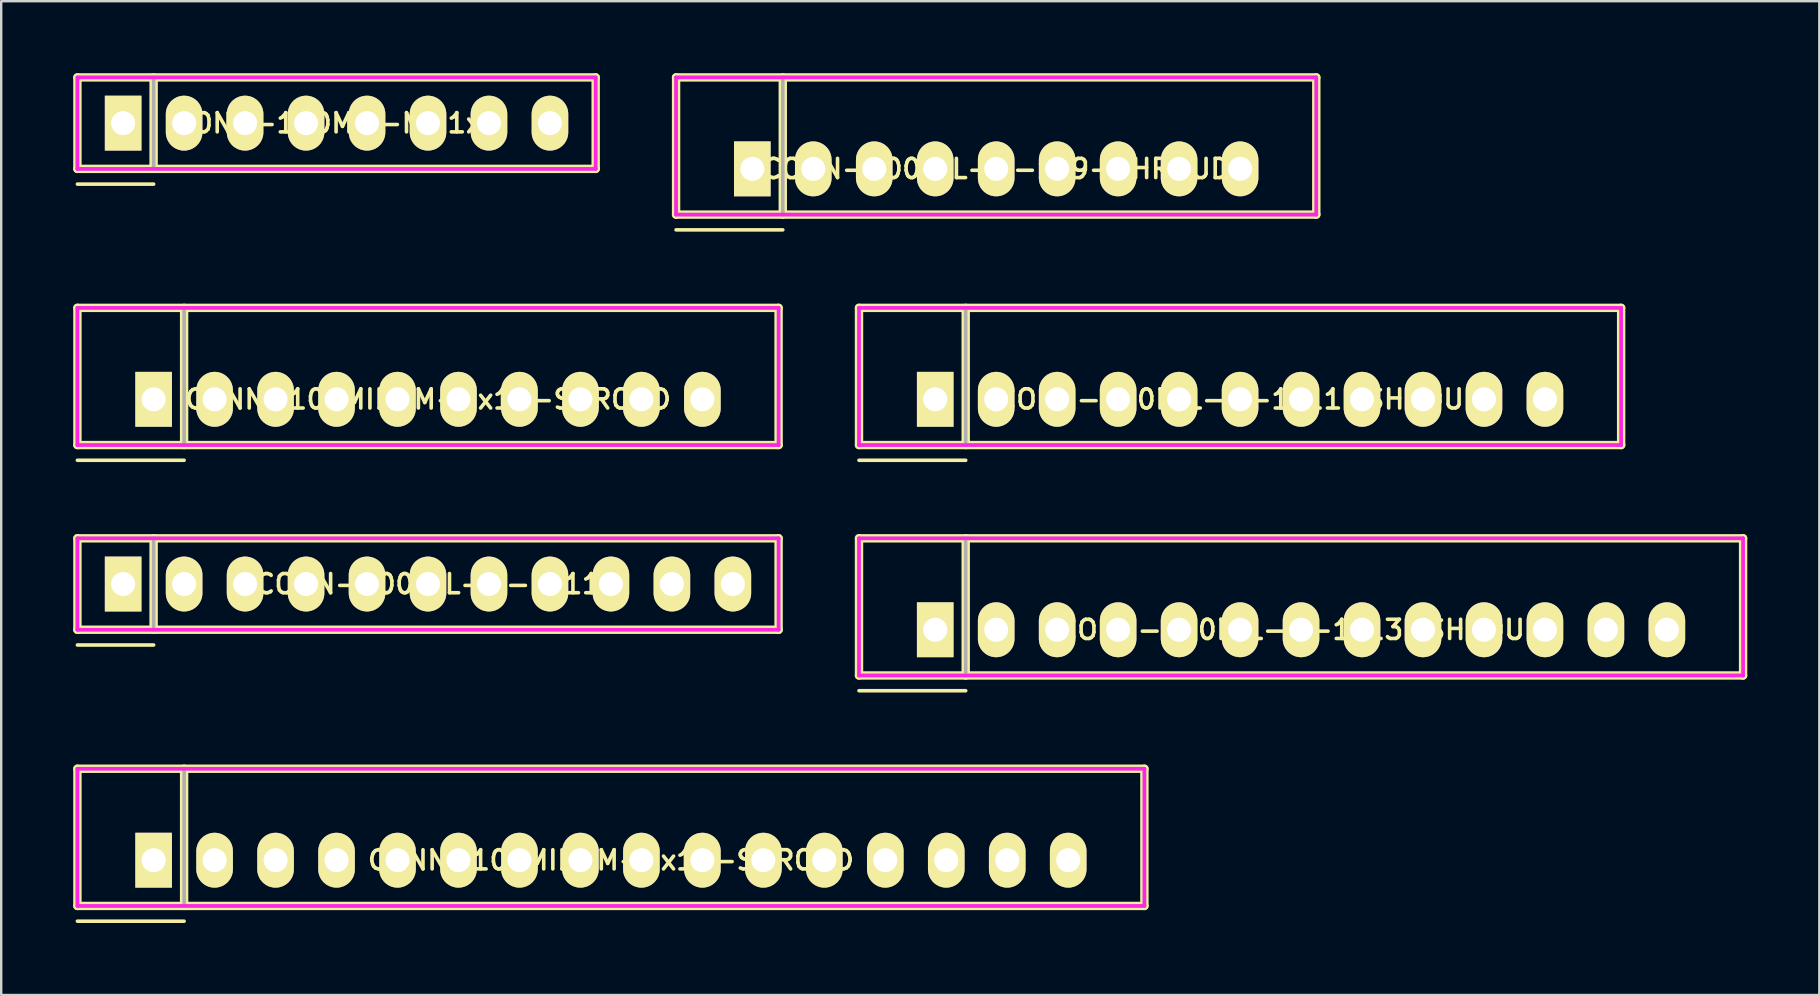
<source format=kicad_pcb>
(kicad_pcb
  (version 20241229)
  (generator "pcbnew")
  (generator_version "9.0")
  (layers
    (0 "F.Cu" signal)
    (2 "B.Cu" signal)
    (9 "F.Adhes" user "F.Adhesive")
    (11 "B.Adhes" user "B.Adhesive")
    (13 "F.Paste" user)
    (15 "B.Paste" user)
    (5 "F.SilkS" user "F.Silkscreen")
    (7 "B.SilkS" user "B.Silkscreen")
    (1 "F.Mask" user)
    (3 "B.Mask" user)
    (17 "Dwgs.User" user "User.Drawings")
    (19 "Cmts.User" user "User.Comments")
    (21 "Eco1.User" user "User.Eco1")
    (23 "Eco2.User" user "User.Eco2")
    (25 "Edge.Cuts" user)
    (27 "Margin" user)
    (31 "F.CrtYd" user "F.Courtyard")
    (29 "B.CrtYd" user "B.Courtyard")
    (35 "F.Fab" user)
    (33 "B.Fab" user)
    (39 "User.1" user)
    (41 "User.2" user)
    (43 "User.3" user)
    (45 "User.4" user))
  (footprint "CONN-100MIL-M-1x16-SHROUD"
    (layer "F.Cu")
    (at 22.4 32.785)
    (property "Reference" "CONN-100MIL-M-1x16-SHROUD" (at 0 0 0) (layer "F.SilkS") (effects (font (size 0.8 0.8) (thickness 0.15))))
    (attr through_hole)
    (fp_line (start -22.225 -3.81) (end 22.225 -3.81) (stroke (width 0.35) (type solid)) (layer "F.SilkS"))
    (fp_line (start -22.225 1.905) (end -22.225 -3.81) (stroke (width 0.35) (type solid)) (layer "F.SilkS"))
    (fp_line (start -22.225 2.54) (end -17.78 2.54) (stroke (width 0.15) (type solid)) (layer "F.SilkS"))
    (fp_line (start -17.78 -3.81) (end -17.78 1.905) (stroke (width 0.35) (type solid)) (layer "F.SilkS"))
    (fp_line (start 22.225 -3.81) (end 22.225 1.905) (stroke (width 0.35) (type solid)) (layer "F.SilkS"))
    (fp_line (start 22.225 1.905) (end -22.225 1.905) (stroke (width 0.35) (type solid)) (layer "F.SilkS"))
    (fp_line (start -22.225 -3.81) (end 22.225 -3.81) (stroke (width 0.15) (type solid)) (layer "F.CrtYd"))
    (fp_line (start -22.225 1.905) (end -22.225 -3.81) (stroke (width 0.15) (type solid)) (layer "F.CrtYd"))
    (fp_line (start 22.225 -3.81) (end 22.225 1.905) (stroke (width 0.15) (type solid)) (layer "F.CrtYd"))
    (fp_line (start 22.225 1.905) (end -22.225 1.905) (stroke (width 0.15) (type solid)) (layer "F.CrtYd"))
    (fp_line (start -22.225 -3.81) (end 22.225 -3.81) (stroke (width 0.15) (type solid)) (layer "F.Fab"))
    (fp_line (start -22.225 1.905) (end -22.225 -3.81) (stroke (width 0.15) (type solid)) (layer "F.Fab"))
    (fp_line (start -17.78 -3.81) (end -17.78 1.905) (stroke (width 0.15) (type solid)) (layer "F.Fab"))
    (fp_line (start 22.225 -3.81) (end 22.225 1.905) (stroke (width 0.15) (type solid)) (layer "F.Fab"))
    (fp_line (start 22.225 1.905) (end -22.225 1.905) (stroke (width 0.15) (type solid)) (layer "F.Fab"))
    (pad "1" thru_hole rect (at -19.05 0) (size 1.524 2.286) (drill 1) (layers "*.Cu" "*.Mask" "F.SilkS"))
    (pad "2" thru_hole oval (at -16.51 0) (size 1.524 2.286) (drill 1) (layers "*.Cu" "*.Mask" "F.SilkS"))
    (pad "3" thru_hole oval (at -13.97 0) (size 1.524 2.286) (drill 1) (layers "*.Cu" "*.Mask" "F.SilkS"))
    (pad "4" thru_hole oval (at -11.43 0) (size 1.524 2.286) (drill 1) (layers "*.Cu" "*.Mask" "F.SilkS"))
    (pad "5" thru_hole oval (at -8.89 0) (size 1.524 2.286) (drill 1) (layers "*.Cu" "*.Mask" "F.SilkS"))
    (pad "6" thru_hole oval (at -6.35 0) (size 1.524 2.286) (drill 1) (layers "*.Cu" "*.Mask" "F.SilkS"))
    (pad "7" thru_hole oval (at -3.81 0) (size 1.524 2.286) (drill 1) (layers "*.Cu" "*.Mask" "F.SilkS"))
    (pad "8" thru_hole oval (at -1.27 0) (size 1.524 2.286) (drill 1) (layers "*.Cu" "*.Mask" "F.SilkS"))
    (pad "9" thru_hole oval (at 1.27 0) (size 1.524 2.286) (drill 1) (layers "*.Cu" "*.Mask" "F.SilkS"))
    (pad "10" thru_hole oval (at 3.81 0) (size 1.524 2.286) (drill 1) (layers "*.Cu" "*.Mask" "F.SilkS"))
    (pad "11" thru_hole oval (at 6.35 0) (size 1.524 2.286) (drill 1) (layers "*.Cu" "*.Mask" "F.SilkS"))
    (pad "12" thru_hole oval (at 8.89 0) (size 1.524 2.286) (drill 1) (layers "*.Cu" "*.Mask" "F.SilkS"))
    (pad "13" thru_hole oval (at 11.43 0) (size 1.524 2.286) (drill 1) (layers "*.Cu" "*.Mask" "F.SilkS"))
    (pad "14" thru_hole oval (at 13.97 0) (size 1.524 2.286) (drill 1) (layers "*.Cu" "*.Mask" "F.SilkS"))
    (pad "15" thru_hole oval (at 16.51 0) (size 1.524 2.286) (drill 1) (layers "*.Cu" "*.Mask" "F.SilkS"))
    (pad "16" thru_hole oval (at 19.05 0) (size 1.524 2.286) (drill 1) (layers "*.Cu" "*.Mask" "F.SilkS")))
  (footprint "CONN-100MIL-M-1x11"
    (layer "F.Cu")
    (at 14.78 21.28)
    (property "Reference" "CONN-100MIL-M-1x11" (at 0 0 0) (layer "F.SilkS") (effects (font (size 0.8 0.8) (thickness 0.15))))
    (attr through_hole)
    (fp_line (start -14.605 -1.905) (end 14.605 -1.905) (stroke (width 0.35) (type solid)) (layer "F.SilkS"))
    (fp_line (start -14.605 1.905) (end -14.605 -1.905) (stroke (width 0.35) (type solid)) (layer "F.SilkS"))
    (fp_line (start -14.605 2.54) (end -11.43 2.54) (stroke (width 0.15) (type solid)) (layer "F.SilkS"))
    (fp_line (start -11.43 -1.905) (end -11.43 1.905) (stroke (width 0.35) (type solid)) (layer "F.SilkS"))
    (fp_line (start 14.605 -1.905) (end 14.605 1.905) (stroke (width 0.35) (type solid)) (layer "F.SilkS"))
    (fp_line (start 14.605 1.905) (end -14.605 1.905) (stroke (width 0.35) (type solid)) (layer "F.SilkS"))
    (fp_line (start -14.605 -1.905) (end 14.605 -1.905) (stroke (width 0.15) (type solid)) (layer "F.CrtYd"))
    (fp_line (start -14.605 1.905) (end -14.605 -1.905) (stroke (width 0.15) (type solid)) (layer "F.CrtYd"))
    (fp_line (start 14.605 -1.905) (end 14.605 1.905) (stroke (width 0.15) (type solid)) (layer "F.CrtYd"))
    (fp_line (start 14.605 1.905) (end -14.605 1.905) (stroke (width 0.15) (type solid)) (layer "F.CrtYd"))
    (fp_line (start -14.605 -1.905) (end 14.605 -1.905) (stroke (width 0.15) (type solid)) (layer "F.Fab"))
    (fp_line (start -14.605 1.905) (end -14.605 -1.905) (stroke (width 0.15) (type solid)) (layer "F.Fab"))
    (fp_line (start -11.43 -1.905) (end -11.43 1.905) (stroke (width 0.15) (type solid)) (layer "F.Fab"))
    (fp_line (start 14.605 -1.905) (end 14.605 1.905) (stroke (width 0.15) (type solid)) (layer "F.Fab"))
    (fp_line (start 14.605 1.905) (end -14.605 1.905) (stroke (width 0.15) (type solid)) (layer "F.Fab"))
    (pad "1" thru_hole rect (at -12.7 0) (size 1.524 2.286) (drill 1) (layers "*.Cu" "*.Mask" "F.SilkS"))
    (pad "2" thru_hole oval (at -10.16 0) (size 1.524 2.286) (drill 1) (layers "*.Cu" "*.Mask" "F.SilkS"))
    (pad "3" thru_hole oval (at -7.62 0) (size 1.524 2.286) (drill 1) (layers "*.Cu" "*.Mask" "F.SilkS"))
    (pad "4" thru_hole oval (at -5.08 0) (size 1.524 2.286) (drill 1) (layers "*.Cu" "*.Mask" "F.SilkS"))
    (pad "5" thru_hole oval (at -2.54 0) (size 1.524 2.286) (drill 1) (layers "*.Cu" "*.Mask" "F.SilkS"))
    (pad "6" thru_hole oval (at 0 0) (size 1.524 2.286) (drill 1) (layers "*.Cu" "*.Mask" "F.SilkS"))
    (pad "7" thru_hole oval (at 2.54 0) (size 1.524 2.286) (drill 1) (layers "*.Cu" "*.Mask" "F.SilkS"))
    (pad "8" thru_hole oval (at 5.08 0) (size 1.524 2.286) (drill 1) (layers "*.Cu" "*.Mask" "F.SilkS"))
    (pad "9" thru_hole oval (at 7.62 0) (size 1.524 2.286) (drill 1) (layers "*.Cu" "*.Mask" "F.SilkS"))
    (pad "10" thru_hole oval (at 10.16 0) (size 1.524 2.286) (drill 1) (layers "*.Cu" "*.Mask" "F.SilkS"))
    (pad "11" thru_hole oval (at 12.7 0) (size 1.524 2.286) (drill 1) (layers "*.Cu" "*.Mask" "F.SilkS")))
  (footprint "CONN-100MIL-M-1x8"
    (layer "F.Cu")
    (at 10.97 2.08)
    (property "Reference" "CONN-100MIL-M-1x8" (at 0 0 0) (layer "F.SilkS") (effects (font (size 0.8 0.8) (thickness 0.15))))
    (attr through_hole)
    (fp_line (start -10.795 -1.905) (end 10.795 -1.905) (stroke (width 0.35) (type solid)) (layer "F.SilkS"))
    (fp_line (start -10.795 1.905) (end -10.795 -1.905) (stroke (width 0.35) (type solid)) (layer "F.SilkS"))
    (fp_line (start -10.795 2.54) (end -7.62 2.54) (stroke (width 0.15) (type solid)) (layer "F.SilkS"))
    (fp_line (start -7.62 -1.905) (end -7.62 1.905) (stroke (width 0.35) (type solid)) (layer "F.SilkS"))
    (fp_line (start 10.795 -1.905) (end 10.795 1.905) (stroke (width 0.35) (type solid)) (layer "F.SilkS"))
    (fp_line (start 10.795 1.905) (end -10.795 1.905) (stroke (width 0.35) (type solid)) (layer "F.SilkS"))
    (fp_line (start -10.795 -1.905) (end 10.795 -1.905) (stroke (width 0.15) (type solid)) (layer "F.CrtYd"))
    (fp_line (start -10.795 1.905) (end -10.795 -1.905) (stroke (width 0.15) (type solid)) (layer "F.CrtYd"))
    (fp_line (start 10.795 -1.905) (end 10.795 1.905) (stroke (width 0.15) (type solid)) (layer "F.CrtYd"))
    (fp_line (start 10.795 1.905) (end -10.795 1.905) (stroke (width 0.15) (type solid)) (layer "F.CrtYd"))
    (fp_line (start -10.795 -1.905) (end 10.795 -1.905) (stroke (width 0.15) (type solid)) (layer "F.Fab"))
    (fp_line (start -10.795 1.905) (end -10.795 -1.905) (stroke (width 0.15) (type solid)) (layer "F.Fab"))
    (fp_line (start -7.62 -1.905) (end -7.62 1.905) (stroke (width 0.15) (type solid)) (layer "F.Fab"))
    (fp_line (start 10.795 -1.905) (end 10.795 1.905) (stroke (width 0.15) (type solid)) (layer "F.Fab"))
    (fp_line (start 10.795 1.905) (end -10.795 1.905) (stroke (width 0.15) (type solid)) (layer "F.Fab"))
    (pad "1" thru_hole rect (at -8.89 0) (size 1.524 2.286) (drill 1) (layers "*.Cu" "*.Mask" "F.SilkS"))
    (pad "2" thru_hole oval (at -6.35 0) (size 1.524 2.286) (drill 1) (layers "*.Cu" "*.Mask" "F.SilkS"))
    (pad "3" thru_hole oval (at -3.81 0) (size 1.524 2.286) (drill 1) (layers "*.Cu" "*.Mask" "F.SilkS"))
    (pad "4" thru_hole oval (at -1.27 0) (size 1.524 2.286) (drill 1) (layers "*.Cu" "*.Mask" "F.SilkS"))
    (pad "5" thru_hole oval (at 1.27 0) (size 1.524 2.286) (drill 1) (layers "*.Cu" "*.Mask" "F.SilkS"))
    (pad "6" thru_hole oval (at 3.81 0) (size 1.524 2.286) (drill 1) (layers "*.Cu" "*.Mask" "F.SilkS"))
    (pad "7" thru_hole oval (at 6.35 0) (size 1.524 2.286) (drill 1) (layers "*.Cu" "*.Mask" "F.SilkS"))
    (pad "8" thru_hole oval (at 8.89 0) (size 1.524 2.286) (drill 1) (layers "*.Cu" "*.Mask" "F.SilkS")))
  (footprint "CONN-100MIL-M-1x13-SHROUD"
    (layer "F.Cu")
    (at 51.15 23.185)
    (property "Reference" "CONN-100MIL-M-1x13-SHROUD" (at 0 0 0) (layer "F.SilkS") (effects (font (size 0.8 0.8) (thickness 0.15))))
    (attr through_hole)
    (fp_line (start -18.415 -3.81) (end 18.415 -3.81) (stroke (width 0.35) (type solid)) (layer "F.SilkS"))
    (fp_line (start -18.415 1.905) (end -18.415 -3.81) (stroke (width 0.35) (type solid)) (layer "F.SilkS"))
    (fp_line (start -18.415 2.54) (end -13.97 2.54) (stroke (width 0.15) (type solid)) (layer "F.SilkS"))
    (fp_line (start -13.97 -3.81) (end -13.97 1.905) (stroke (width 0.35) (type solid)) (layer "F.SilkS"))
    (fp_line (start 18.415 -3.81) (end 18.415 1.905) (stroke (width 0.35) (type solid)) (layer "F.SilkS"))
    (fp_line (start 18.415 1.905) (end -18.415 1.905) (stroke (width 0.35) (type solid)) (layer "F.SilkS"))
    (fp_line (start -18.415 -3.81) (end 18.415 -3.81) (stroke (width 0.15) (type solid)) (layer "F.CrtYd"))
    (fp_line (start -18.415 1.905) (end -18.415 -3.81) (stroke (width 0.15) (type solid)) (layer "F.CrtYd"))
    (fp_line (start 18.415 -3.81) (end 18.415 1.905) (stroke (width 0.15) (type solid)) (layer "F.CrtYd"))
    (fp_line (start 18.415 1.905) (end -18.415 1.905) (stroke (width 0.15) (type solid)) (layer "F.CrtYd"))
    (fp_line (start -18.415 -3.81) (end 18.415 -3.81) (stroke (width 0.15) (type solid)) (layer "F.Fab"))
    (fp_line (start -18.415 1.905) (end -18.415 -3.81) (stroke (width 0.15) (type solid)) (layer "F.Fab"))
    (fp_line (start -13.97 -3.81) (end -13.97 1.905) (stroke (width 0.15) (type solid)) (layer "F.Fab"))
    (fp_line (start 18.415 -3.81) (end 18.415 1.905) (stroke (width 0.15) (type solid)) (layer "F.Fab"))
    (fp_line (start 18.415 1.905) (end -18.415 1.905) (stroke (width 0.15) (type solid)) (layer "F.Fab"))
    (pad "1" thru_hole rect (at -15.24 0) (size 1.524 2.286) (drill 1) (layers "*.Cu" "*.Mask" "F.SilkS"))
    (pad "2" thru_hole oval (at -12.7 0) (size 1.524 2.286) (drill 1) (layers "*.Cu" "*.Mask" "F.SilkS"))
    (pad "3" thru_hole oval (at -10.16 0) (size 1.524 2.286) (drill 1) (layers "*.Cu" "*.Mask" "F.SilkS"))
    (pad "4" thru_hole oval (at -7.62 0) (size 1.524 2.286) (drill 1) (layers "*.Cu" "*.Mask" "F.SilkS"))
    (pad "5" thru_hole oval (at -5.08 0) (size 1.524 2.286) (drill 1) (layers "*.Cu" "*.Mask" "F.SilkS"))
    (pad "6" thru_hole oval (at -2.54 0) (size 1.524 2.286) (drill 1) (layers "*.Cu" "*.Mask" "F.SilkS"))
    (pad "7" thru_hole oval (at 0 0) (size 1.524 2.286) (drill 1) (layers "*.Cu" "*.Mask" "F.SilkS"))
    (pad "8" thru_hole oval (at 2.54 0) (size 1.524 2.286) (drill 1) (layers "*.Cu" "*.Mask" "F.SilkS"))
    (pad "9" thru_hole oval (at 5.08 0) (size 1.524 2.286) (drill 1) (layers "*.Cu" "*.Mask" "F.SilkS"))
    (pad "10" thru_hole oval (at 7.62 0) (size 1.524 2.286) (drill 1) (layers "*.Cu" "*.Mask" "F.SilkS"))
    (pad "11" thru_hole oval (at 10.16 0) (size 1.524 2.286) (drill 1) (layers "*.Cu" "*.Mask" "F.SilkS"))
    (pad "12" thru_hole oval (at 12.7 0) (size 1.524 2.286) (drill 1) (layers "*.Cu" "*.Mask" "F.SilkS"))
    (pad "13" thru_hole oval (at 15.24 0) (size 1.524 2.286) (drill 1) (layers "*.Cu" "*.Mask" "F.SilkS")))
  (footprint "CONN-100MIL-M-1x10-SHROUD"
    (layer "F.Cu")
    (at 14.78 13.585)
    (property "Reference" "CONN-100MIL-M-1x10-SHROUD" (at 0 0 0) (layer "F.SilkS") (effects (font (size 0.8 0.8) (thickness 0.15))))
    (attr through_hole)
    (fp_line (start -14.605 -3.81) (end 14.605 -3.81) (stroke (width 0.35) (type solid)) (layer "F.SilkS"))
    (fp_line (start -14.605 1.905) (end -14.605 -3.81) (stroke (width 0.35) (type solid)) (layer "F.SilkS"))
    (fp_line (start -14.605 2.54) (end -10.16 2.54) (stroke (width 0.15) (type solid)) (layer "F.SilkS"))
    (fp_line (start -10.16 -3.81) (end -10.16 1.905) (stroke (width 0.35) (type solid)) (layer "F.SilkS"))
    (fp_line (start 14.605 -3.81) (end 14.605 1.905) (stroke (width 0.35) (type solid)) (layer "F.SilkS"))
    (fp_line (start 14.605 1.905) (end -14.605 1.905) (stroke (width 0.35) (type solid)) (layer "F.SilkS"))
    (fp_line (start -14.605 -3.81) (end 14.605 -3.81) (stroke (width 0.15) (type solid)) (layer "F.CrtYd"))
    (fp_line (start -14.605 1.905) (end -14.605 -3.81) (stroke (width 0.15) (type solid)) (layer "F.CrtYd"))
    (fp_line (start 14.605 -3.81) (end 14.605 1.905) (stroke (width 0.15) (type solid)) (layer "F.CrtYd"))
    (fp_line (start 14.605 1.905) (end -14.605 1.905) (stroke (width 0.15) (type solid)) (layer "F.CrtYd"))
    (fp_line (start -14.605 -3.81) (end 14.605 -3.81) (stroke (width 0.15) (type solid)) (layer "F.Fab"))
    (fp_line (start -14.605 1.905) (end -14.605 -3.81) (stroke (width 0.15) (type solid)) (layer "F.Fab"))
    (fp_line (start -10.16 -3.81) (end -10.16 1.905) (stroke (width 0.15) (type solid)) (layer "F.Fab"))
    (fp_line (start 14.605 -3.81) (end 14.605 1.905) (stroke (width 0.15) (type solid)) (layer "F.Fab"))
    (fp_line (start 14.605 1.905) (end -14.605 1.905) (stroke (width 0.15) (type solid)) (layer "F.Fab"))
    (pad "1" thru_hole rect (at -11.43 0) (size 1.524 2.286) (drill 1) (layers "*.Cu" "*.Mask" "F.SilkS"))
    (pad "2" thru_hole oval (at -8.89 0) (size 1.524 2.286) (drill 1) (layers "*.Cu" "*.Mask" "F.SilkS"))
    (pad "3" thru_hole oval (at -6.35 0) (size 1.524 2.286) (drill 1) (layers "*.Cu" "*.Mask" "F.SilkS"))
    (pad "4" thru_hole oval (at -3.81 0) (size 1.524 2.286) (drill 1) (layers "*.Cu" "*.Mask" "F.SilkS"))
    (pad "5" thru_hole oval (at -1.27 0) (size 1.524 2.286) (drill 1) (layers "*.Cu" "*.Mask" "F.SilkS"))
    (pad "6" thru_hole oval (at 1.27 0) (size 1.524 2.286) (drill 1) (layers "*.Cu" "*.Mask" "F.SilkS"))
    (pad "7" thru_hole oval (at 3.81 0) (size 1.524 2.286) (drill 1) (layers "*.Cu" "*.Mask" "F.SilkS"))
    (pad "8" thru_hole oval (at 6.35 0) (size 1.524 2.286) (drill 1) (layers "*.Cu" "*.Mask" "F.SilkS"))
    (pad "9" thru_hole oval (at 8.89 0) (size 1.524 2.286) (drill 1) (layers "*.Cu" "*.Mask" "F.SilkS"))
    (pad "10" thru_hole oval (at 11.43 0) (size 1.524 2.286) (drill 1) (layers "*.Cu" "*.Mask" "F.SilkS")))
  (footprint "CONN-100MIL-M-1x9-SHROUD"
    (layer "F.Cu")
    (at 38.45 3.985)
    (property "Reference" "CONN-100MIL-M-1x9-SHROUD" (at 0 0 0) (layer "F.SilkS") (effects (font (size 0.8 0.8) (thickness 0.15))))
    (attr through_hole)
    (fp_line (start -13.335 -3.81) (end 13.335 -3.81) (stroke (width 0.35) (type solid)) (layer "F.SilkS"))
    (fp_line (start -13.335 1.905) (end -13.335 -3.81) (stroke (width 0.35) (type solid)) (layer "F.SilkS"))
    (fp_line (start -13.335 2.54) (end -8.89 2.54) (stroke (width 0.15) (type solid)) (layer "F.SilkS"))
    (fp_line (start -8.89 -3.81) (end -8.89 1.905) (stroke (width 0.35) (type solid)) (layer "F.SilkS"))
    (fp_line (start 13.335 -3.81) (end 13.335 1.905) (stroke (width 0.35) (type solid)) (layer "F.SilkS"))
    (fp_line (start 13.335 1.905) (end -13.335 1.905) (stroke (width 0.35) (type solid)) (layer "F.SilkS"))
    (fp_line (start -13.335 -3.81) (end 13.335 -3.81) (stroke (width 0.15) (type solid)) (layer "F.CrtYd"))
    (fp_line (start -13.335 1.905) (end -13.335 -3.81) (stroke (width 0.15) (type solid)) (layer "F.CrtYd"))
    (fp_line (start 13.335 -3.81) (end 13.335 1.905) (stroke (width 0.15) (type solid)) (layer "F.CrtYd"))
    (fp_line (start 13.335 1.905) (end -13.335 1.905) (stroke (width 0.15) (type solid)) (layer "F.CrtYd"))
    (fp_line (start -13.335 -3.81) (end 13.335 -3.81) (stroke (width 0.15) (type solid)) (layer "F.Fab"))
    (fp_line (start -13.335 1.905) (end -13.335 -3.81) (stroke (width 0.15) (type solid)) (layer "F.Fab"))
    (fp_line (start -8.89 -3.81) (end -8.89 1.905) (stroke (width 0.15) (type solid)) (layer "F.Fab"))
    (fp_line (start 13.335 -3.81) (end 13.335 1.905) (stroke (width 0.15) (type solid)) (layer "F.Fab"))
    (fp_line (start 13.335 1.905) (end -13.335 1.905) (stroke (width 0.15) (type solid)) (layer "F.Fab"))
    (pad "1" thru_hole rect (at -10.16 0) (size 1.524 2.286) (drill 1) (layers "*.Cu" "*.Mask" "F.SilkS"))
    (pad "2" thru_hole oval (at -7.62 0) (size 1.524 2.286) (drill 1) (layers "*.Cu" "*.Mask" "F.SilkS"))
    (pad "3" thru_hole oval (at -5.08 0) (size 1.524 2.286) (drill 1) (layers "*.Cu" "*.Mask" "F.SilkS"))
    (pad "4" thru_hole oval (at -2.54 0) (size 1.524 2.286) (drill 1) (layers "*.Cu" "*.Mask" "F.SilkS"))
    (pad "5" thru_hole oval (at 0 0) (size 1.524 2.286) (drill 1) (layers "*.Cu" "*.Mask" "F.SilkS"))
    (pad "6" thru_hole oval (at 2.54 0) (size 1.524 2.286) (drill 1) (layers "*.Cu" "*.Mask" "F.SilkS"))
    (pad "7" thru_hole oval (at 5.08 0) (size 1.524 2.286) (drill 1) (layers "*.Cu" "*.Mask" "F.SilkS"))
    (pad "8" thru_hole oval (at 7.62 0) (size 1.524 2.286) (drill 1) (layers "*.Cu" "*.Mask" "F.SilkS"))
    (pad "9" thru_hole oval (at 10.16 0) (size 1.524 2.286) (drill 1) (layers "*.Cu" "*.Mask" "F.SilkS")))
  (footprint "CONN-100MIL-M-1x11-SHROUD"
    (layer "F.Cu")
    (at 48.61 13.585)
    (property "Reference" "CONN-100MIL-M-1x11-SHROUD" (at 0 0 0) (layer "F.SilkS") (effects (font (size 0.8 0.8) (thickness 0.15))))
    (attr through_hole)
    (fp_line (start -15.875 -3.81) (end 15.875 -3.81) (stroke (width 0.35) (type solid)) (layer "F.SilkS"))
    (fp_line (start -15.875 1.905) (end -15.875 -3.81) (stroke (width 0.35) (type solid)) (layer "F.SilkS"))
    (fp_line (start -15.875 2.54) (end -11.43 2.54) (stroke (width 0.15) (type solid)) (layer "F.SilkS"))
    (fp_line (start -11.43 -3.81) (end -11.43 1.905) (stroke (width 0.35) (type solid)) (layer "F.SilkS"))
    (fp_line (start 15.875 -3.81) (end 15.875 1.905) (stroke (width 0.35) (type solid)) (layer "F.SilkS"))
    (fp_line (start 15.875 1.905) (end -15.875 1.905) (stroke (width 0.35) (type solid)) (layer "F.SilkS"))
    (fp_line (start -15.875 -3.81) (end 15.875 -3.81) (stroke (width 0.15) (type solid)) (layer "F.CrtYd"))
    (fp_line (start -15.875 1.905) (end -15.875 -3.81) (stroke (width 0.15) (type solid)) (layer "F.CrtYd"))
    (fp_line (start 15.875 -3.81) (end 15.875 1.905) (stroke (width 0.15) (type solid)) (layer "F.CrtYd"))
    (fp_line (start 15.875 1.905) (end -15.875 1.905) (stroke (width 0.15) (type solid)) (layer "F.CrtYd"))
    (fp_line (start -15.875 -3.81) (end 15.875 -3.81) (stroke (width 0.15) (type solid)) (layer "F.Fab"))
    (fp_line (start -15.875 1.905) (end -15.875 -3.81) (stroke (width 0.15) (type solid)) (layer "F.Fab"))
    (fp_line (start -11.43 -3.81) (end -11.43 1.905) (stroke (width 0.15) (type solid)) (layer "F.Fab"))
    (fp_line (start 15.875 -3.81) (end 15.875 1.905) (stroke (width 0.15) (type solid)) (layer "F.Fab"))
    (fp_line (start 15.875 1.905) (end -15.875 1.905) (stroke (width 0.15) (type solid)) (layer "F.Fab"))
    (pad "1" thru_hole rect (at -12.7 0) (size 1.524 2.286) (drill 1) (layers "*.Cu" "*.Mask" "F.SilkS"))
    (pad "2" thru_hole oval (at -10.16 0) (size 1.524 2.286) (drill 1) (layers "*.Cu" "*.Mask" "F.SilkS"))
    (pad "3" thru_hole oval (at -7.62 0) (size 1.524 2.286) (drill 1) (layers "*.Cu" "*.Mask" "F.SilkS"))
    (pad "4" thru_hole oval (at -5.08 0) (size 1.524 2.286) (drill 1) (layers "*.Cu" "*.Mask" "F.SilkS"))
    (pad "5" thru_hole oval (at -2.54 0) (size 1.524 2.286) (drill 1) (layers "*.Cu" "*.Mask" "F.SilkS"))
    (pad "6" thru_hole oval (at 0 0) (size 1.524 2.286) (drill 1) (layers "*.Cu" "*.Mask" "F.SilkS"))
    (pad "7" thru_hole oval (at 2.54 0) (size 1.524 2.286) (drill 1) (layers "*.Cu" "*.Mask" "F.SilkS"))
    (pad "8" thru_hole oval (at 5.08 0) (size 1.524 2.286) (drill 1) (layers "*.Cu" "*.Mask" "F.SilkS"))
    (pad "9" thru_hole oval (at 7.62 0) (size 1.524 2.286) (drill 1) (layers "*.Cu" "*.Mask" "F.SilkS"))
    (pad "10" thru_hole oval (at 10.16 0) (size 1.524 2.286) (drill 1) (layers "*.Cu" "*.Mask" "F.SilkS"))
    (pad "11" thru_hole oval (at 12.7 0) (size 1.524 2.286) (drill 1) (layers "*.Cu" "*.Mask" "F.SilkS")))
  (gr_rect
    (start -3 -3)
    (end 72.74 38.4)
    (stroke (width 0.1) (type default))
    (fill no)
    (layer "Edge.Cuts")))
</source>
